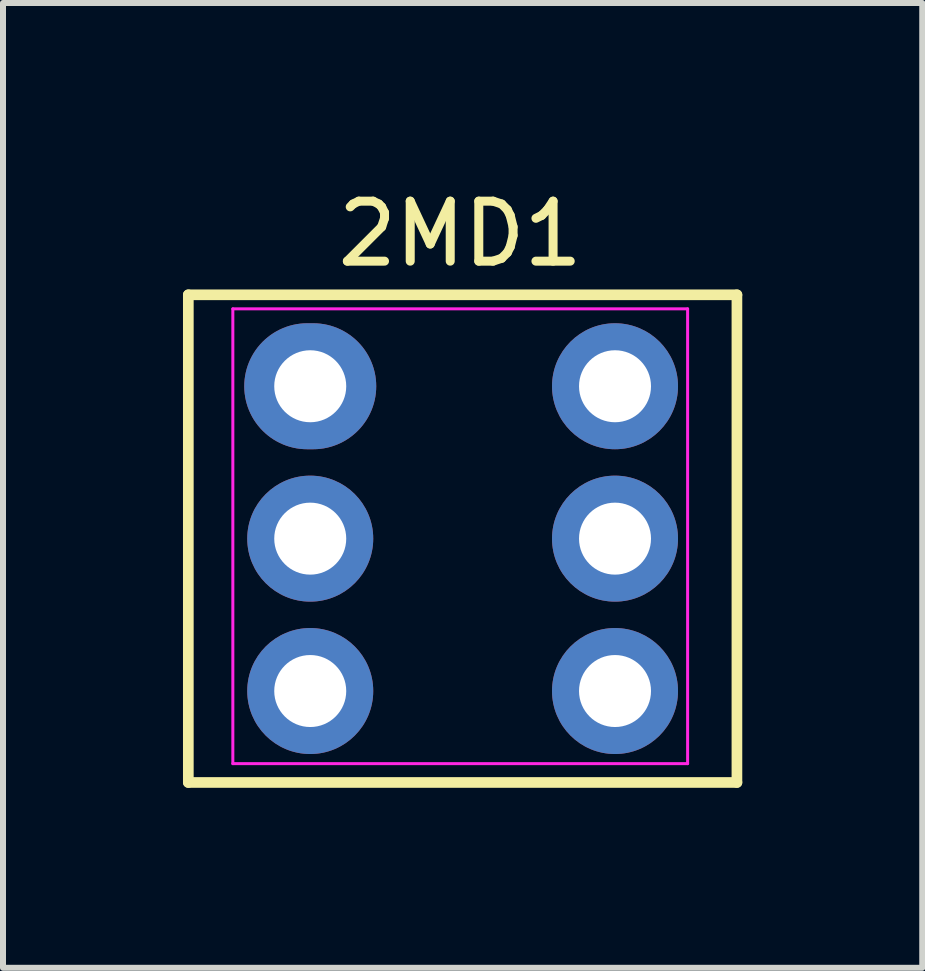
<source format=kicad_pcb>
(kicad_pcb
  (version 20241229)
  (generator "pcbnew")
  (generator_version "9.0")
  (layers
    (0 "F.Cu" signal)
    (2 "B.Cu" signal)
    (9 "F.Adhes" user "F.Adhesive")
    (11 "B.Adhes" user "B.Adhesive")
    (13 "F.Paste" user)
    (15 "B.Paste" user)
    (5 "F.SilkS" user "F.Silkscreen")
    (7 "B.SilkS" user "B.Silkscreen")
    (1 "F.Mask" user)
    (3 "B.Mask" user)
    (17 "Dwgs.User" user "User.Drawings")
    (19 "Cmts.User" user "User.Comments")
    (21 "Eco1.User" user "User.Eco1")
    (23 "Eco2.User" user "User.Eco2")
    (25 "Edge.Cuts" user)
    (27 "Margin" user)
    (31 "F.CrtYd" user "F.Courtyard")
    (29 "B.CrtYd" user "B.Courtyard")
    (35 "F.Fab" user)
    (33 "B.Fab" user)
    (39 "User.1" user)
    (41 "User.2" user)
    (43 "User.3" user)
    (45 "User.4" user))
  (footprint "2MD1"
    (layer "F.Cu")
    (at 4.661 5.928)
    (property "Reference" "2MD1" (at -0.04 -5.08 0) (layer "F.SilkS") (effects (font (size 1 1) (thickness 0.15))))
    (attr through_hole)
    (fp_line (start -4.572 -4.064) (end -4.572 4.064) (stroke (width 0.178) (type solid)) (layer "F.SilkS"))
    (fp_line (start -4.572 4.064) (end 4.572 4.064) (stroke (width 0.178) (type solid)) (layer "F.SilkS"))
    (fp_line (start 4.572 -4.064) (end -4.572 -4.064) (stroke (width 0.178) (type solid)) (layer "F.SilkS"))
    (fp_line (start 4.572 4.064) (end 4.572 -4.064) (stroke (width 0.178) (type solid)) (layer "F.SilkS"))
    (fp_line (start -3.83 -3.83) (end 3.75 -3.83) (stroke (width 0.05) (type solid)) (layer "F.CrtYd"))
    (fp_line (start -3.83 3.75) (end -3.83 -3.83) (stroke (width 0.05) (type solid)) (layer "F.CrtYd"))
    (fp_line (start 3.75 -3.83) (end 3.75 3.75) (stroke (width 0.05) (type solid)) (layer "F.CrtYd"))
    (fp_line (start 3.75 3.75) (end -3.83 3.75) (stroke (width 0.05) (type solid)) (layer "F.CrtYd"))
    (pad "1" thru_hole oval (at -2.54 -2.54 270) (size 2.1 2.2) (drill 1.2) (layers "*.Cu" "*.Mask"))
    (pad "2" thru_hole circle (at -2.54 0 270) (size 2.1 2.1) (drill 1.2) (layers "*.Cu" "*.Mask"))
    (pad "3" thru_hole circle (at -2.54 2.54 270) (size 2.1 2.1) (drill 1.2) (layers "*.Cu" "*.Mask"))
    (pad "4" thru_hole circle (at 2.54 2.54 270) (size 2.1 2.1) (drill 1.2) (layers "*.Cu" "*.Mask"))
    (pad "5" thru_hole circle (at 2.54 0 270) (size 2.1 2.1) (drill 1.2) (layers "*.Cu" "*.Mask"))
    (pad "6" thru_hole circle (at 2.54 -2.54 270) (size 2.1 2.1) (drill 1.2) (layers "*.Cu" "*.Mask")))
  (gr_rect
    (start -3 -3)
    (end 12.322 13.081)
    (stroke (width 0.1) (type default))
    (fill no)
    (layer "Edge.Cuts")))
</source>
